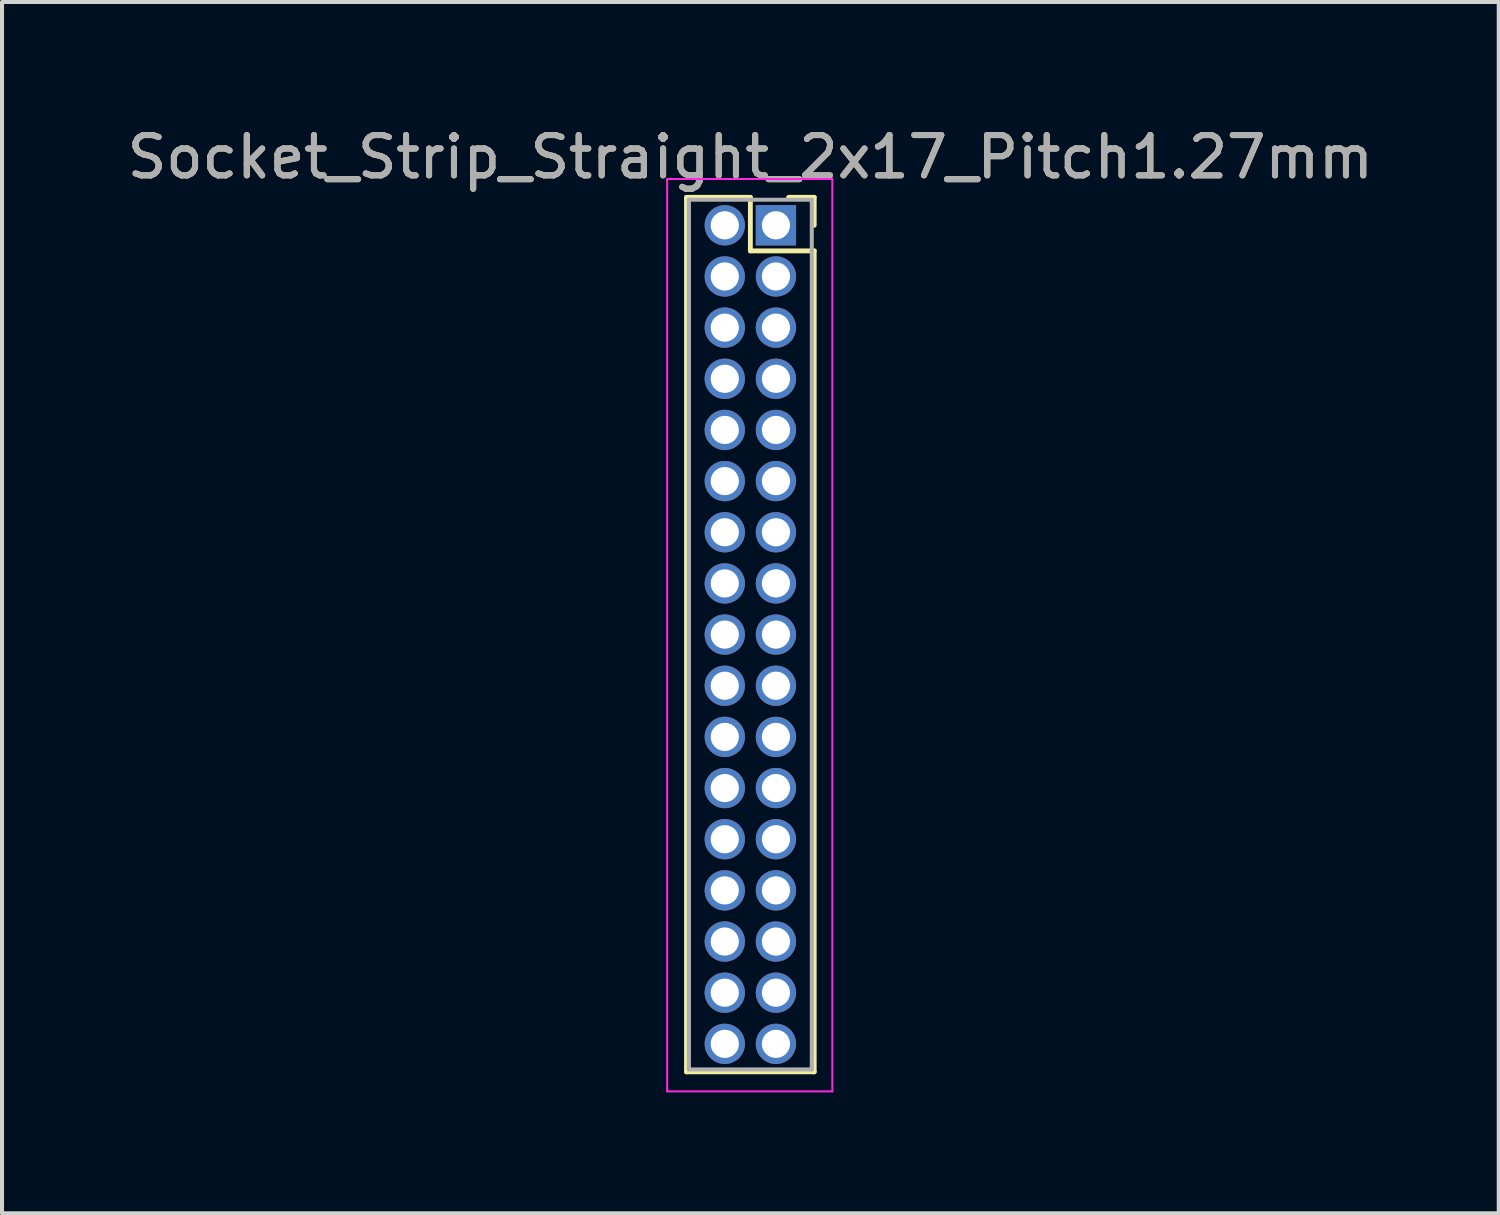
<source format=kicad_pcb>
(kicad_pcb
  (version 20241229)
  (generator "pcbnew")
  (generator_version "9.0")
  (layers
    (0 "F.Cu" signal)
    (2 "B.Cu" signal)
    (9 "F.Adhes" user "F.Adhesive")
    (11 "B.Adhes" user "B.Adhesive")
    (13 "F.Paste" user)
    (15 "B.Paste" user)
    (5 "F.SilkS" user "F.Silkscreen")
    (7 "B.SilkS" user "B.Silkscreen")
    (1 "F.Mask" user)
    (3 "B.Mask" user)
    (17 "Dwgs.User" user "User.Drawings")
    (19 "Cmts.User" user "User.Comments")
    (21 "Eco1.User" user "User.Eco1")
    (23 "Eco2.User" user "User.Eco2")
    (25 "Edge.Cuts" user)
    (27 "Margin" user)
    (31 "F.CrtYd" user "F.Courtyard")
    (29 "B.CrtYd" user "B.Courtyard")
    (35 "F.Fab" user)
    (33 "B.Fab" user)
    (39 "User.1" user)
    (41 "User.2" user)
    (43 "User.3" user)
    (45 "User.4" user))
  (footprint "Socket_Strip_Straight_2x17_Pitch1.27mm"
    (layer "F.Cu")
    (at 16.212 2.543)
    (property "Reference" "Socket_Strip_Straight_2x17_Pitch1.27mm" (at -0.635 -1.695 0) (layer "F.SilkS") (effects (font (size 1 1) (thickness 0.15))))
    (attr through_hole)
    (fp_line (start -2.22 -0.695) (end -0.635 -0.695) (stroke (width 0.12) (type solid)) (layer "F.SilkS"))
    (fp_line (start -2.22 21.015) (end -2.22 -0.695) (stroke (width 0.12) (type solid)) (layer "F.SilkS"))
    (fp_line (start -0.635 -0.695) (end -0.635 0.635) (stroke (width 0.12) (type solid)) (layer "F.SilkS"))
    (fp_line (start -0.635 0.635) (end 0.95 0.635) (stroke (width 0.12) (type solid)) (layer "F.SilkS"))
    (fp_line (start 0.95 -0.695) (end 0.315 -0.695) (stroke (width 0.12) (type solid)) (layer "F.SilkS"))
    (fp_line (start 0.95 0) (end 0.95 -0.695) (stroke (width 0.12) (type solid)) (layer "F.SilkS"))
    (fp_line (start 0.95 0.635) (end 0.95 21.015) (stroke (width 0.12) (type solid)) (layer "F.SilkS"))
    (fp_line (start 0.95 21.015) (end -2.22 21.015) (stroke (width 0.12) (type solid)) (layer "F.SilkS"))
    (fp_line (start -2.7 -1.15) (end -2.7 21.5) (stroke (width 0.05) (type solid)) (layer "F.CrtYd"))
    (fp_line (start -2.7 21.5) (end 1.4 21.5) (stroke (width 0.05) (type solid)) (layer "F.CrtYd"))
    (fp_line (start 1.4 -1.15) (end -2.7 -1.15) (stroke (width 0.05) (type solid)) (layer "F.CrtYd"))
    (fp_line (start 1.4 21.5) (end 1.4 -1.15) (stroke (width 0.05) (type solid)) (layer "F.CrtYd"))
    (fp_line (start -2.16 -0.635) (end -2.16 20.955) (stroke (width 0.1) (type solid)) (layer "F.Fab"))
    (fp_line (start -2.16 20.955) (end 0.89 20.955) (stroke (width 0.1) (type solid)) (layer "F.Fab"))
    (fp_line (start 0.89 -0.635) (end -2.16 -0.635) (stroke (width 0.1) (type solid)) (layer "F.Fab"))
    (fp_line (start 0.89 20.955) (end 0.89 -0.635) (stroke (width 0.1) (type solid)) (layer "F.Fab"))
    (fp_text user "${REFERENCE}" (at -0.635 -1.695 0) (layer "F.Fab") (effects (font (size 1 1) (thickness 0.15))))
    (pad "1" thru_hole rect (at 0 0) (size 1 1) (drill 0.7) (layers "*.Cu" "*.Mask"))
    (pad "2" thru_hole oval (at -1.27 0) (size 1 1) (drill 0.7) (layers "*.Cu" "*.Mask"))
    (pad "3" thru_hole oval (at 0 1.27) (size 1 1) (drill 0.7) (layers "*.Cu" "*.Mask"))
    (pad "4" thru_hole oval (at -1.27 1.27) (size 1 1) (drill 0.7) (layers "*.Cu" "*.Mask"))
    (pad "5" thru_hole oval (at 0 2.54) (size 1 1) (drill 0.7) (layers "*.Cu" "*.Mask"))
    (pad "6" thru_hole oval (at -1.27 2.54) (size 1 1) (drill 0.7) (layers "*.Cu" "*.Mask"))
    (pad "7" thru_hole oval (at 0 3.81) (size 1 1) (drill 0.7) (layers "*.Cu" "*.Mask"))
    (pad "8" thru_hole oval (at -1.27 3.81) (size 1 1) (drill 0.7) (layers "*.Cu" "*.Mask"))
    (pad "9" thru_hole oval (at 0 5.08) (size 1 1) (drill 0.7) (layers "*.Cu" "*.Mask"))
    (pad "10" thru_hole oval (at -1.27 5.08) (size 1 1) (drill 0.7) (layers "*.Cu" "*.Mask"))
    (pad "11" thru_hole oval (at 0 6.35) (size 1 1) (drill 0.7) (layers "*.Cu" "*.Mask"))
    (pad "12" thru_hole oval (at -1.27 6.35) (size 1 1) (drill 0.7) (layers "*.Cu" "*.Mask"))
    (pad "13" thru_hole oval (at 0 7.62) (size 1 1) (drill 0.7) (layers "*.Cu" "*.Mask"))
    (pad "14" thru_hole oval (at -1.27 7.62) (size 1 1) (drill 0.7) (layers "*.Cu" "*.Mask"))
    (pad "15" thru_hole oval (at 0 8.89) (size 1 1) (drill 0.7) (layers "*.Cu" "*.Mask"))
    (pad "16" thru_hole oval (at -1.27 8.89) (size 1 1) (drill 0.7) (layers "*.Cu" "*.Mask"))
    (pad "17" thru_hole oval (at 0 10.16) (size 1 1) (drill 0.7) (layers "*.Cu" "*.Mask"))
    (pad "18" thru_hole oval (at -1.27 10.16) (size 1 1) (drill 0.7) (layers "*.Cu" "*.Mask"))
    (pad "19" thru_hole oval (at 0 11.43) (size 1 1) (drill 0.7) (layers "*.Cu" "*.Mask"))
    (pad "20" thru_hole oval (at -1.27 11.43) (size 1 1) (drill 0.7) (layers "*.Cu" "*.Mask"))
    (pad "21" thru_hole oval (at 0 12.7) (size 1 1) (drill 0.7) (layers "*.Cu" "*.Mask"))
    (pad "22" thru_hole oval (at -1.27 12.7) (size 1 1) (drill 0.7) (layers "*.Cu" "*.Mask"))
    (pad "23" thru_hole oval (at 0 13.97) (size 1 1) (drill 0.7) (layers "*.Cu" "*.Mask"))
    (pad "24" thru_hole oval (at -1.27 13.97) (size 1 1) (drill 0.7) (layers "*.Cu" "*.Mask"))
    (pad "25" thru_hole oval (at 0 15.24) (size 1 1) (drill 0.7) (layers "*.Cu" "*.Mask"))
    (pad "26" thru_hole oval (at -1.27 15.24) (size 1 1) (drill 0.7) (layers "*.Cu" "*.Mask"))
    (pad "27" thru_hole oval (at 0 16.51) (size 1 1) (drill 0.7) (layers "*.Cu" "*.Mask"))
    (pad "28" thru_hole oval (at -1.27 16.51) (size 1 1) (drill 0.7) (layers "*.Cu" "*.Mask"))
    (pad "29" thru_hole oval (at 0 17.78) (size 1 1) (drill 0.7) (layers "*.Cu" "*.Mask"))
    (pad "30" thru_hole oval (at -1.27 17.78) (size 1 1) (drill 0.7) (layers "*.Cu" "*.Mask"))
    (pad "31" thru_hole oval (at 0 19.05) (size 1 1) (drill 0.7) (layers "*.Cu" "*.Mask"))
    (pad "32" thru_hole oval (at -1.27 19.05) (size 1 1) (drill 0.7) (layers "*.Cu" "*.Mask"))
    (pad "33" thru_hole oval (at 0 20.32) (size 1 1) (drill 0.7) (layers "*.Cu" "*.Mask"))
    (pad "34" thru_hole oval (at -1.27 20.32) (size 1 1) (drill 0.7) (layers "*.Cu" "*.Mask")))
  (gr_rect
    (start -3 -3)
    (end 34.155 27.068)
    (stroke (width 0.1) (type default))
    (fill no)
    (layer "Edge.Cuts")))
</source>
